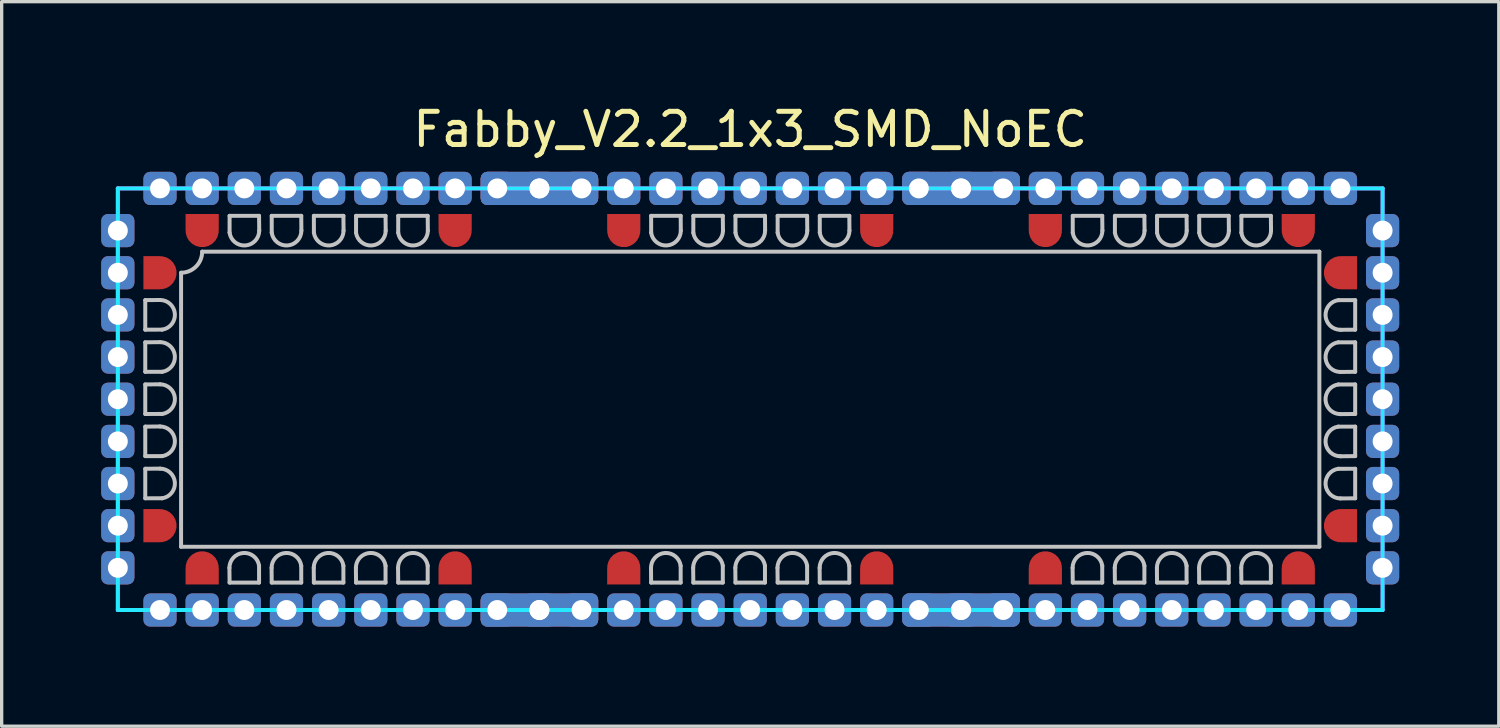
<source format=kicad_pcb>
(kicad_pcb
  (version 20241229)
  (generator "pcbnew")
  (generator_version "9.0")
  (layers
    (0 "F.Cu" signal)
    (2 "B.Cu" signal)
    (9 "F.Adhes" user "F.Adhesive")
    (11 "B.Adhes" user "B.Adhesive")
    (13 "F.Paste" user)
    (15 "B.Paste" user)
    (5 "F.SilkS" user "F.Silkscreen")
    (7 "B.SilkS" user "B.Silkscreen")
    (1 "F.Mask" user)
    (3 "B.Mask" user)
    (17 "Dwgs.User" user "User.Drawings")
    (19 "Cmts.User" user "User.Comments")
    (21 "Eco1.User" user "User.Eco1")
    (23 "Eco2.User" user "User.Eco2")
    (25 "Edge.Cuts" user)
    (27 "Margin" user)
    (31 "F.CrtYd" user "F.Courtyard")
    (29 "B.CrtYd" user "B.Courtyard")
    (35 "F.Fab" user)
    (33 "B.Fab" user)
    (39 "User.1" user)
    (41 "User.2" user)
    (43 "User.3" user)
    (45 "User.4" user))
  (footprint "Fabby_V2.2_1x3_SMD_NoEC"
    (layer "F.Cu")
    (at 19.55 8.976)
    (property "Reference" "Fabby_V2.2_1x3_SMD_NoEC" (at 0 -8.128 0) (layer "F.SilkS") (effects (font (size 1 1) (thickness 0.15))))
    (attr through_hole)
    (fp_line (start -18.224 -2.985) (end -18.224 -2.095) (stroke (width 0.12) (type solid)) (layer "Dwgs.User"))
    (fp_line (start -18.224 -2.095) (end -17.717 -2.096) (stroke (width 0.12) (type solid)) (layer "Dwgs.User"))
    (fp_line (start -18.224 -1.714) (end -18.224 -0.826) (stroke (width 0.12) (type solid)) (layer "Dwgs.User"))
    (fp_line (start -18.224 -0.826) (end -17.717 -0.826) (stroke (width 0.12) (type solid)) (layer "Dwgs.User"))
    (fp_line (start -18.224 -0.445) (end -18.224 0.445) (stroke (width 0.12) (type solid)) (layer "Dwgs.User"))
    (fp_line (start -18.224 0.445) (end -17.717 0.444) (stroke (width 0.12) (type solid)) (layer "Dwgs.User"))
    (fp_line (start -18.224 0.826) (end -18.224 1.714) (stroke (width 0.12) (type solid)) (layer "Dwgs.User"))
    (fp_line (start -18.224 1.714) (end -17.717 1.714) (stroke (width 0.12) (type solid)) (layer "Dwgs.User"))
    (fp_line (start -18.224 2.095) (end -18.224 2.985) (stroke (width 0.12) (type solid)) (layer "Dwgs.User"))
    (fp_line (start -18.224 2.985) (end -17.717 2.984) (stroke (width 0.12) (type solid)) (layer "Dwgs.User"))
    (fp_line (start -17.78 -2.989) (end -18.224 -2.985) (stroke (width 0.12) (type solid)) (layer "Dwgs.User"))
    (fp_line (start -17.78 -1.719) (end -18.224 -1.714) (stroke (width 0.12) (type solid)) (layer "Dwgs.User"))
    (fp_line (start -17.78 -0.449) (end -18.224 -0.445) (stroke (width 0.12) (type solid)) (layer "Dwgs.User"))
    (fp_line (start -17.78 0.821) (end -18.224 0.826) (stroke (width 0.12) (type solid)) (layer "Dwgs.User"))
    (fp_line (start -17.78 2.091) (end -18.224 2.095) (stroke (width 0.12) (type solid)) (layer "Dwgs.User"))
    (fp_line (start -17.145 4.445) (end -17.145 -3.81) (stroke (width 0.12) (type solid)) (layer "Dwgs.User"))
    (fp_line (start -16.51 -4.445) (end 17.145 -4.445) (stroke (width 0.12) (type solid)) (layer "Dwgs.User"))
    (fp_line (start -15.689 5.08) (end -15.684 5.524) (stroke (width 0.12) (type solid)) (layer "Dwgs.User"))
    (fp_line (start -15.684 -5.524) (end -15.684 -5.017) (stroke (width 0.12) (type solid)) (layer "Dwgs.User"))
    (fp_line (start -15.684 5.524) (end -14.796 5.524) (stroke (width 0.12) (type solid)) (layer "Dwgs.User"))
    (fp_line (start -14.796 -5.524) (end -15.684 -5.524) (stroke (width 0.12) (type solid)) (layer "Dwgs.User"))
    (fp_line (start -14.796 5.524) (end -14.796 5.017) (stroke (width 0.12) (type solid)) (layer "Dwgs.User"))
    (fp_line (start -14.791 -5.08) (end -14.796 -5.524) (stroke (width 0.12) (type solid)) (layer "Dwgs.User"))
    (fp_line (start -14.419 5.08) (end -14.415 5.524) (stroke (width 0.12) (type solid)) (layer "Dwgs.User"))
    (fp_line (start -14.415 -5.524) (end -14.414 -5.017) (stroke (width 0.12) (type solid)) (layer "Dwgs.User"))
    (fp_line (start -14.415 5.524) (end -13.525 5.524) (stroke (width 0.12) (type solid)) (layer "Dwgs.User"))
    (fp_line (start -13.525 -5.524) (end -14.415 -5.524) (stroke (width 0.12) (type solid)) (layer "Dwgs.User"))
    (fp_line (start -13.525 5.524) (end -13.526 5.017) (stroke (width 0.12) (type solid)) (layer "Dwgs.User"))
    (fp_line (start -13.521 -5.08) (end -13.525 -5.524) (stroke (width 0.12) (type solid)) (layer "Dwgs.User"))
    (fp_line (start -13.149 5.08) (end -13.145 5.524) (stroke (width 0.12) (type solid)) (layer "Dwgs.User"))
    (fp_line (start -13.145 -5.524) (end -13.144 -5.017) (stroke (width 0.12) (type solid)) (layer "Dwgs.User"))
    (fp_line (start -13.145 5.524) (end -12.255 5.524) (stroke (width 0.12) (type solid)) (layer "Dwgs.User"))
    (fp_line (start -12.255 -5.524) (end -13.145 -5.524) (stroke (width 0.12) (type solid)) (layer "Dwgs.User"))
    (fp_line (start -12.255 5.524) (end -12.256 5.017) (stroke (width 0.12) (type solid)) (layer "Dwgs.User"))
    (fp_line (start -12.251 -5.08) (end -12.255 -5.524) (stroke (width 0.12) (type solid)) (layer "Dwgs.User"))
    (fp_line (start -11.879 5.08) (end -11.874 5.524) (stroke (width 0.12) (type solid)) (layer "Dwgs.User"))
    (fp_line (start -11.874 -5.524) (end -11.874 -5.017) (stroke (width 0.12) (type solid)) (layer "Dwgs.User"))
    (fp_line (start -11.874 5.524) (end -10.986 5.524) (stroke (width 0.12) (type solid)) (layer "Dwgs.User"))
    (fp_line (start -10.986 -5.524) (end -11.874 -5.524) (stroke (width 0.12) (type solid)) (layer "Dwgs.User"))
    (fp_line (start -10.986 5.524) (end -10.986 5.017) (stroke (width 0.12) (type solid)) (layer "Dwgs.User"))
    (fp_line (start -10.981 -5.08) (end -10.986 -5.524) (stroke (width 0.12) (type solid)) (layer "Dwgs.User"))
    (fp_line (start -10.609 5.08) (end -10.604 5.524) (stroke (width 0.12) (type solid)) (layer "Dwgs.User"))
    (fp_line (start -10.604 -5.524) (end -10.604 -5.017) (stroke (width 0.12) (type solid)) (layer "Dwgs.User"))
    (fp_line (start -10.604 5.524) (end -9.716 5.524) (stroke (width 0.12) (type solid)) (layer "Dwgs.User"))
    (fp_line (start -9.716 -5.524) (end -10.604 -5.524) (stroke (width 0.12) (type solid)) (layer "Dwgs.User"))
    (fp_line (start -9.716 5.524) (end -9.716 5.017) (stroke (width 0.12) (type solid)) (layer "Dwgs.User"))
    (fp_line (start -9.711 -5.08) (end -9.716 -5.524) (stroke (width 0.12) (type solid)) (layer "Dwgs.User"))
    (fp_line (start -2.989 5.08) (end -2.985 5.524) (stroke (width 0.12) (type solid)) (layer "Dwgs.User"))
    (fp_line (start -2.985 -5.524) (end -2.984 -5.017) (stroke (width 0.12) (type solid)) (layer "Dwgs.User"))
    (fp_line (start -2.985 5.524) (end -2.095 5.524) (stroke (width 0.12) (type solid)) (layer "Dwgs.User"))
    (fp_line (start -2.095 -5.524) (end -2.985 -5.524) (stroke (width 0.12) (type solid)) (layer "Dwgs.User"))
    (fp_line (start -2.095 5.524) (end -2.096 5.017) (stroke (width 0.12) (type solid)) (layer "Dwgs.User"))
    (fp_line (start -2.091 -5.08) (end -2.095 -5.524) (stroke (width 0.12) (type solid)) (layer "Dwgs.User"))
    (fp_line (start -1.719 5.08) (end -1.714 5.524) (stroke (width 0.12) (type solid)) (layer "Dwgs.User"))
    (fp_line (start -1.714 -5.524) (end -1.714 -5.017) (stroke (width 0.12) (type solid)) (layer "Dwgs.User"))
    (fp_line (start -1.714 5.524) (end -0.826 5.524) (stroke (width 0.12) (type solid)) (layer "Dwgs.User"))
    (fp_line (start -0.826 -5.524) (end -1.714 -5.524) (stroke (width 0.12) (type solid)) (layer "Dwgs.User"))
    (fp_line (start -0.826 5.524) (end -0.826 5.017) (stroke (width 0.12) (type solid)) (layer "Dwgs.User"))
    (fp_line (start -0.821 -5.08) (end -0.826 -5.524) (stroke (width 0.12) (type solid)) (layer "Dwgs.User"))
    (fp_line (start -0.449 5.08) (end -0.445 5.524) (stroke (width 0.12) (type solid)) (layer "Dwgs.User"))
    (fp_line (start -0.445 -5.524) (end -0.444 -5.017) (stroke (width 0.12) (type solid)) (layer "Dwgs.User"))
    (fp_line (start -0.445 5.524) (end 0.445 5.524) (stroke (width 0.12) (type solid)) (layer "Dwgs.User"))
    (fp_line (start 0.445 -5.524) (end -0.445 -5.524) (stroke (width 0.12) (type solid)) (layer "Dwgs.User"))
    (fp_line (start 0.445 5.524) (end 0.444 5.017) (stroke (width 0.12) (type solid)) (layer "Dwgs.User"))
    (fp_line (start 0.449 -5.08) (end 0.445 -5.524) (stroke (width 0.12) (type solid)) (layer "Dwgs.User"))
    (fp_line (start 0.821 5.08) (end 0.826 5.524) (stroke (width 0.12) (type solid)) (layer "Dwgs.User"))
    (fp_line (start 0.826 -5.524) (end 0.826 -5.017) (stroke (width 0.12) (type solid)) (layer "Dwgs.User"))
    (fp_line (start 0.826 5.524) (end 1.714 5.524) (stroke (width 0.12) (type solid)) (layer "Dwgs.User"))
    (fp_line (start 1.714 -5.524) (end 0.826 -5.524) (stroke (width 0.12) (type solid)) (layer "Dwgs.User"))
    (fp_line (start 1.714 5.524) (end 1.714 5.017) (stroke (width 0.12) (type solid)) (layer "Dwgs.User"))
    (fp_line (start 1.719 -5.08) (end 1.714 -5.524) (stroke (width 0.12) (type solid)) (layer "Dwgs.User"))
    (fp_line (start 2.091 5.08) (end 2.095 5.524) (stroke (width 0.12) (type solid)) (layer "Dwgs.User"))
    (fp_line (start 2.095 -5.524) (end 2.096 -5.017) (stroke (width 0.12) (type solid)) (layer "Dwgs.User"))
    (fp_line (start 2.095 5.524) (end 2.985 5.524) (stroke (width 0.12) (type solid)) (layer "Dwgs.User"))
    (fp_line (start 2.985 -5.524) (end 2.095 -5.524) (stroke (width 0.12) (type solid)) (layer "Dwgs.User"))
    (fp_line (start 2.985 5.524) (end 2.984 5.017) (stroke (width 0.12) (type solid)) (layer "Dwgs.User"))
    (fp_line (start 2.989 -5.08) (end 2.985 -5.524) (stroke (width 0.12) (type solid)) (layer "Dwgs.User"))
    (fp_line (start 9.711 5.08) (end 9.716 5.524) (stroke (width 0.12) (type solid)) (layer "Dwgs.User"))
    (fp_line (start 9.716 -5.524) (end 9.716 -5.017) (stroke (width 0.12) (type solid)) (layer "Dwgs.User"))
    (fp_line (start 9.716 5.524) (end 10.604 5.524) (stroke (width 0.12) (type solid)) (layer "Dwgs.User"))
    (fp_line (start 10.604 -5.524) (end 9.716 -5.524) (stroke (width 0.12) (type solid)) (layer "Dwgs.User"))
    (fp_line (start 10.604 5.524) (end 10.604 5.017) (stroke (width 0.12) (type solid)) (layer "Dwgs.User"))
    (fp_line (start 10.609 -5.08) (end 10.604 -5.524) (stroke (width 0.12) (type solid)) (layer "Dwgs.User"))
    (fp_line (start 10.981 5.08) (end 10.986 5.524) (stroke (width 0.12) (type solid)) (layer "Dwgs.User"))
    (fp_line (start 10.986 -5.524) (end 10.986 -5.017) (stroke (width 0.12) (type solid)) (layer "Dwgs.User"))
    (fp_line (start 10.986 5.524) (end 11.874 5.524) (stroke (width 0.12) (type solid)) (layer "Dwgs.User"))
    (fp_line (start 11.874 -5.524) (end 10.986 -5.524) (stroke (width 0.12) (type solid)) (layer "Dwgs.User"))
    (fp_line (start 11.874 5.524) (end 11.874 5.017) (stroke (width 0.12) (type solid)) (layer "Dwgs.User"))
    (fp_line (start 11.879 -5.08) (end 11.874 -5.524) (stroke (width 0.12) (type solid)) (layer "Dwgs.User"))
    (fp_line (start 12.251 5.08) (end 12.255 5.524) (stroke (width 0.12) (type solid)) (layer "Dwgs.User"))
    (fp_line (start 12.255 -5.524) (end 12.256 -5.017) (stroke (width 0.12) (type solid)) (layer "Dwgs.User"))
    (fp_line (start 12.255 5.524) (end 13.145 5.524) (stroke (width 0.12) (type solid)) (layer "Dwgs.User"))
    (fp_line (start 13.145 -5.524) (end 12.255 -5.524) (stroke (width 0.12) (type solid)) (layer "Dwgs.User"))
    (fp_line (start 13.145 5.524) (end 13.144 5.017) (stroke (width 0.12) (type solid)) (layer "Dwgs.User"))
    (fp_line (start 13.149 -5.08) (end 13.145 -5.524) (stroke (width 0.12) (type solid)) (layer "Dwgs.User"))
    (fp_line (start 13.521 5.08) (end 13.525 5.524) (stroke (width 0.12) (type solid)) (layer "Dwgs.User"))
    (fp_line (start 13.525 -5.524) (end 13.526 -5.017) (stroke (width 0.12) (type solid)) (layer "Dwgs.User"))
    (fp_line (start 13.525 5.524) (end 14.415 5.524) (stroke (width 0.12) (type solid)) (layer "Dwgs.User"))
    (fp_line (start 14.415 -5.524) (end 13.525 -5.524) (stroke (width 0.12) (type solid)) (layer "Dwgs.User"))
    (fp_line (start 14.415 5.524) (end 14.414 5.017) (stroke (width 0.12) (type solid)) (layer "Dwgs.User"))
    (fp_line (start 14.419 -5.08) (end 14.415 -5.524) (stroke (width 0.12) (type solid)) (layer "Dwgs.User"))
    (fp_line (start 14.791 5.08) (end 14.796 5.524) (stroke (width 0.12) (type solid)) (layer "Dwgs.User"))
    (fp_line (start 14.796 -5.524) (end 14.796 -5.017) (stroke (width 0.12) (type solid)) (layer "Dwgs.User"))
    (fp_line (start 14.796 5.524) (end 15.684 5.524) (stroke (width 0.12) (type solid)) (layer "Dwgs.User"))
    (fp_line (start 15.684 -5.524) (end 14.796 -5.524) (stroke (width 0.12) (type solid)) (layer "Dwgs.User"))
    (fp_line (start 15.684 5.524) (end 15.684 5.017) (stroke (width 0.12) (type solid)) (layer "Dwgs.User"))
    (fp_line (start 15.689 -5.08) (end 15.684 -5.524) (stroke (width 0.12) (type solid)) (layer "Dwgs.User"))
    (fp_line (start 17.145 -4.445) (end 17.145 4.445) (stroke (width 0.12) (type solid)) (layer "Dwgs.User"))
    (fp_line (start 17.145 4.445) (end -17.145 4.445) (stroke (width 0.12) (type solid)) (layer "Dwgs.User"))
    (fp_line (start 17.78 -2.091) (end 18.224 -2.095) (stroke (width 0.12) (type solid)) (layer "Dwgs.User"))
    (fp_line (start 17.78 -0.821) (end 18.224 -0.826) (stroke (width 0.12) (type solid)) (layer "Dwgs.User"))
    (fp_line (start 17.78 0.449) (end 18.224 0.445) (stroke (width 0.12) (type solid)) (layer "Dwgs.User"))
    (fp_line (start 17.78 1.719) (end 18.224 1.714) (stroke (width 0.12) (type solid)) (layer "Dwgs.User"))
    (fp_line (start 17.78 2.989) (end 18.224 2.985) (stroke (width 0.12) (type solid)) (layer "Dwgs.User"))
    (fp_line (start 18.224 -2.985) (end 17.717 -2.984) (stroke (width 0.12) (type solid)) (layer "Dwgs.User"))
    (fp_line (start 18.224 -2.095) (end 18.224 -2.985) (stroke (width 0.12) (type solid)) (layer "Dwgs.User"))
    (fp_line (start 18.224 -1.714) (end 17.717 -1.714) (stroke (width 0.12) (type solid)) (layer "Dwgs.User"))
    (fp_line (start 18.224 -0.826) (end 18.224 -1.714) (stroke (width 0.12) (type solid)) (layer "Dwgs.User"))
    (fp_line (start 18.224 -0.445) (end 17.717 -0.444) (stroke (width 0.12) (type solid)) (layer "Dwgs.User"))
    (fp_line (start 18.224 0.445) (end 18.224 -0.445) (stroke (width 0.12) (type solid)) (layer "Dwgs.User"))
    (fp_line (start 18.224 0.826) (end 17.717 0.826) (stroke (width 0.12) (type solid)) (layer "Dwgs.User"))
    (fp_line (start 18.224 1.714) (end 18.224 0.826) (stroke (width 0.12) (type solid)) (layer "Dwgs.User"))
    (fp_line (start 18.224 2.095) (end 17.717 2.096) (stroke (width 0.12) (type solid)) (layer "Dwgs.User"))
    (fp_line (start 18.224 2.985) (end 18.224 2.095) (stroke (width 0.12) (type solid)) (layer "Dwgs.User"))
    (fp_arc (start -17.779999 -2.989012) (mid -17.332118 -2.571829) (end -17.716501 -2.095501) (stroke (width 0.12) (type solid)) (layer "Dwgs.User"))
    (fp_arc (start -17.779999 -1.719012) (mid -17.332118 -1.301829) (end -17.716501 -0.825501) (stroke (width 0.12) (type solid)) (layer "Dwgs.User"))
    (fp_arc (start -17.779999 -0.449012) (mid -17.332118 -0.031829) (end -17.716501 0.444499) (stroke (width 0.12) (type solid)) (layer "Dwgs.User"))
    (fp_arc (start -17.779999 0.820988) (mid -17.332118 1.238171) (end -17.716501 1.714499) (stroke (width 0.12) (type solid)) (layer "Dwgs.User"))
    (fp_arc (start -17.779999 2.090988) (mid -17.332118 2.508171) (end -17.716501 2.984499) (stroke (width 0.12) (type solid)) (layer "Dwgs.User"))
    (fp_arc (start -16.51 -4.445) (mid -16.695987 -3.995987) (end -17.145 -3.81) (stroke (width 0.12) (type solid)) (layer "Dwgs.User"))
    (fp_arc (start -15.689012 5.079999) (mid -15.271829 4.632118) (end -14.795501 5.016501) (stroke (width 0.12) (type solid)) (layer "Dwgs.User"))
    (fp_arc (start -14.790988 -5.079999) (mid -15.208171 -4.632118) (end -15.684499 -5.016501) (stroke (width 0.12) (type solid)) (layer "Dwgs.User"))
    (fp_arc (start -14.419012 5.079999) (mid -14.001829 4.632118) (end -13.525501 5.016501) (stroke (width 0.12) (type solid)) (layer "Dwgs.User"))
    (fp_arc (start -13.520988 -5.079999) (mid -13.938171 -4.632118) (end -14.414499 -5.016501) (stroke (width 0.12) (type solid)) (layer "Dwgs.User"))
    (fp_arc (start -13.149012 5.079999) (mid -12.731829 4.632118) (end -12.255501 5.016501) (stroke (width 0.12) (type solid)) (layer "Dwgs.User"))
    (fp_arc (start -12.250988 -5.079999) (mid -12.668171 -4.632118) (end -13.144499 -5.016501) (stroke (width 0.12) (type solid)) (layer "Dwgs.User"))
    (fp_arc (start -11.879012 5.079999) (mid -11.461829 4.632118) (end -10.985501 5.016501) (stroke (width 0.12) (type solid)) (layer "Dwgs.User"))
    (fp_arc (start -10.980988 -5.079999) (mid -11.398171 -4.632118) (end -11.874499 -5.016501) (stroke (width 0.12) (type solid)) (layer "Dwgs.User"))
    (fp_arc (start -10.609012 5.079999) (mid -10.191829 4.632118) (end -9.715501 5.016501) (stroke (width 0.12) (type solid)) (layer "Dwgs.User"))
    (fp_arc (start -9.710988 -5.079999) (mid -10.128171 -4.632118) (end -10.604499 -5.016501) (stroke (width 0.12) (type solid)) (layer "Dwgs.User"))
    (fp_arc (start -2.989012 5.079999) (mid -2.571829 4.632118) (end -2.095501 5.016501) (stroke (width 0.12) (type solid)) (layer "Dwgs.User"))
    (fp_arc (start -2.090988 -5.079999) (mid -2.508171 -4.632118) (end -2.984499 -5.016501) (stroke (width 0.12) (type solid)) (layer "Dwgs.User"))
    (fp_arc (start -1.719012 5.079999) (mid -1.301829 4.632118) (end -0.825501 5.016501) (stroke (width 0.12) (type solid)) (layer "Dwgs.User"))
    (fp_arc (start -0.820988 -5.079999) (mid -1.238171 -4.632118) (end -1.714499 -5.016501) (stroke (width 0.12) (type solid)) (layer "Dwgs.User"))
    (fp_arc (start -0.449012 5.079999) (mid -0.031829 4.632118) (end 0.444499 5.016501) (stroke (width 0.12) (type solid)) (layer "Dwgs.User"))
    (fp_arc (start 0.449012 -5.079999) (mid 0.031829 -4.632118) (end -0.444499 -5.016501) (stroke (width 0.12) (type solid)) (layer "Dwgs.User"))
    (fp_arc (start 0.820988 5.079999) (mid 1.238171 4.632118) (end 1.714499 5.016501) (stroke (width 0.12) (type solid)) (layer "Dwgs.User"))
    (fp_arc (start 1.719012 -5.079999) (mid 1.301829 -4.632118) (end 0.825501 -5.016501) (stroke (width 0.12) (type solid)) (layer "Dwgs.User"))
    (fp_arc (start 2.090988 5.079999) (mid 2.508171 4.632118) (end 2.984499 5.016501) (stroke (width 0.12) (type solid)) (layer "Dwgs.User"))
    (fp_arc (start 2.989012 -5.079999) (mid 2.571829 -4.632118) (end 2.095501 -5.016501) (stroke (width 0.12) (type solid)) (layer "Dwgs.User"))
    (fp_arc (start 9.710988 5.079999) (mid 10.128171 4.632118) (end 10.604499 5.016501) (stroke (width 0.12) (type solid)) (layer "Dwgs.User"))
    (fp_arc (start 10.609012 -5.079999) (mid 10.191829 -4.632118) (end 9.715501 -5.016501) (stroke (width 0.12) (type solid)) (layer "Dwgs.User"))
    (fp_arc (start 10.980988 5.079999) (mid 11.398171 4.632118) (end 11.874499 5.016501) (stroke (width 0.12) (type solid)) (layer "Dwgs.User"))
    (fp_arc (start 11.879012 -5.079999) (mid 11.461829 -4.632118) (end 10.985501 -5.016501) (stroke (width 0.12) (type solid)) (layer "Dwgs.User"))
    (fp_arc (start 12.250988 5.079999) (mid 12.668171 4.632118) (end 13.144499 5.016501) (stroke (width 0.12) (type solid)) (layer "Dwgs.User"))
    (fp_arc (start 13.149012 -5.079999) (mid 12.731829 -4.632118) (end 12.255501 -5.016501) (stroke (width 0.12) (type solid)) (layer "Dwgs.User"))
    (fp_arc (start 13.520988 5.079999) (mid 13.938171 4.632118) (end 14.414499 5.016501) (stroke (width 0.12) (type solid)) (layer "Dwgs.User"))
    (fp_arc (start 14.419012 -5.079999) (mid 14.001829 -4.632118) (end 13.525501 -5.016501) (stroke (width 0.12) (type solid)) (layer "Dwgs.User"))
    (fp_arc (start 14.790988 5.079999) (mid 15.208171 4.632118) (end 15.684499 5.016501) (stroke (width 0.12) (type solid)) (layer "Dwgs.User"))
    (fp_arc (start 15.689012 -5.079999) (mid 15.271829 -4.632118) (end 14.795501 -5.016501) (stroke (width 0.12) (type solid)) (layer "Dwgs.User"))
    (fp_arc (start 17.779999 -2.090988) (mid 17.332118 -2.508171) (end 17.716501 -2.984499) (stroke (width 0.12) (type solid)) (layer "Dwgs.User"))
    (fp_arc (start 17.779999 -0.820988) (mid 17.332118 -1.238171) (end 17.716501 -1.714499) (stroke (width 0.12) (type solid)) (layer "Dwgs.User"))
    (fp_arc (start 17.779999 0.449012) (mid 17.332118 0.031829) (end 17.716501 -0.444499) (stroke (width 0.12) (type solid)) (layer "Dwgs.User"))
    (fp_arc (start 17.779999 1.719012) (mid 17.332118 1.301829) (end 17.716501 0.825501) (stroke (width 0.12) (type solid)) (layer "Dwgs.User"))
    (fp_arc (start 17.779999 2.989012) (mid 17.332118 2.571829) (end 17.716501 2.095501) (stroke (width 0.12) (type solid)) (layer "Dwgs.User"))
    (fp_line (start -19.05 -6.35) (end 19.05 -6.35) (stroke (width 0.12) (type solid)) (layer "B.CrtYd"))
    (fp_line (start -19.05 6.35) (end -19.05 -6.35) (stroke (width 0.12) (type solid)) (layer "B.CrtYd"))
    (fp_line (start 19.05 -6.35) (end 19.05 6.35) (stroke (width 0.12) (type solid)) (layer "B.CrtYd"))
    (fp_line (start 19.05 6.35) (end -19.05 6.35) (stroke (width 0.12) (type solid)) (layer "B.CrtYd"))
    (fp_line (start -19.05 -6.35) (end 19.05 -6.35) (stroke (width 0.12) (type solid)) (layer "F.CrtYd"))
    (fp_line (start -19.05 6.35) (end -19.05 -6.35) (stroke (width 0.12) (type solid)) (layer "F.CrtYd"))
    (fp_line (start 19.05 -6.35) (end 19.05 6.35) (stroke (width 0.12) (type solid)) (layer "F.CrtYd"))
    (fp_line (start 19.05 6.35) (end -19.05 6.35) (stroke (width 0.12) (type solid)) (layer "F.CrtYd"))
    (pad "" thru_hole roundrect (at -19.05 -3.81 270) (size 1 1) (drill 0.6) (layers "*.Cu" "*.Mask") (roundrect_rratio 0.2))
    (pad "" thru_hole roundrect (at -19.05 3.81 270) (size 1 1) (drill 0.6) (layers "*.Cu" "*.Mask") (roundrect_rratio 0.2))
    (pad "" thru_hole roundrect (at -16.51 -6.35 270) (size 1 1) (drill 0.6) (layers "*.Cu" "*.Mask") (roundrect_rratio 0.2))
    (pad "" thru_hole roundrect (at -16.51 6.35 270) (size 1 1) (drill 0.6) (layers "*.Cu" "*.Mask") (roundrect_rratio 0.2))
    (pad "" thru_hole roundrect (at -8.89 -6.35 270) (size 1 1) (drill 0.6) (layers "*.Cu" "*.Mask") (roundrect_rratio 0.2))
    (pad "" thru_hole roundrect (at -8.89 6.35 270) (size 1 1) (drill 0.6) (layers "*.Cu" "*.Mask") (roundrect_rratio 0.2))
    (pad "" thru_hole roundrect (at -3.81 -6.35 270) (size 1 1) (drill 0.6) (layers "*.Cu" "*.Mask") (roundrect_rratio 0.2))
    (pad "" thru_hole roundrect (at -3.81 6.35 270) (size 1 1) (drill 0.6) (layers "*.Cu" "*.Mask") (roundrect_rratio 0.2))
    (pad "" thru_hole roundrect (at 3.81 -6.35 270) (size 1 1) (drill 0.6) (layers "*.Cu" "*.Mask") (roundrect_rratio 0.2))
    (pad "" thru_hole roundrect (at 3.81 6.35 270) (size 1 1) (drill 0.6) (layers "*.Cu" "*.Mask") (roundrect_rratio 0.2))
    (pad "" thru_hole roundrect (at 8.89 -6.35 270) (size 1 1) (drill 0.6) (layers "*.Cu" "*.Mask") (roundrect_rratio 0.2))
    (pad "" thru_hole roundrect (at 8.89 6.35 270) (size 1 1) (drill 0.6) (layers "*.Cu" "*.Mask") (roundrect_rratio 0.2))
    (pad "" thru_hole roundrect (at 16.51 -6.35 270) (size 1 1) (drill 0.6) (layers "*.Cu" "*.Mask") (roundrect_rratio 0.2))
    (pad "" thru_hole roundrect (at 16.51 6.35 270) (size 1 1) (drill 0.6) (layers "*.Cu" "*.Mask") (roundrect_rratio 0.2))
    (pad "" thru_hole roundrect (at 19.05 -3.81 270) (size 1 1) (drill 0.6) (layers "*.Cu" "*.Mask") (roundrect_rratio 0.2))
    (pad "" thru_hole roundrect (at 19.05 3.81 270) (size 1 1) (drill 0.6) (layers "*.Cu" "*.Mask") (roundrect_rratio 0.2))
    (pad "1" thru_hole roundrect (at -19.05 -5.08 270) (size 1 1) (drill 0.6) (layers "*.Cu" "*.Mask") (roundrect_rratio 0.2))
    (pad "1" thru_hole roundrect (at -19.05 5.08 270) (size 1 1) (drill 0.6) (layers "*.Cu" "*.Mask") (roundrect_rratio 0.2))
    (pad "1" thru_hole roundrect (at -17.78 -6.35 180) (size 1 1) (drill 0.6) (layers "*.Cu" "*.Mask") (roundrect_rratio 0.2))
    (pad "1" thru_hole roundrect (at -17.78 6.35) (size 1 1) (drill 0.6) (layers "*.Cu" "*.Mask") (roundrect_rratio 0.2))
    (pad "1" thru_hole roundrect (at -7.62 -6.35) (size 1 1) (drill 0.6) (layers "*.Cu" "*.Mask") (roundrect_rratio 0.2))
    (pad "1" thru_hole roundrect (at -7.62 6.35) (size 1 1) (drill 0.6) (layers "*.Cu" "*.Mask") (roundrect_rratio 0.2))
    (pad "1" thru_hole roundrect (at -6.35 -6.35 90) (size 1 2.254) (drill 0.6 (offset 0 -0.643)) (layers "*.Cu" "*.Mask") (roundrect_rratio 0.2))
    (pad "1" thru_hole roundrect (at -6.35 -6.35 270) (size 1 2.254) (drill 0.6 (offset 0 -0.643)) (layers "*.Cu" "*.Mask") (roundrect_rratio 0.2))
    (pad "1" thru_hole roundrect (at -6.35 6.35 270) (size 1 2.254) (drill 0.6 (offset 0 -0.643)) (layers "*.Cu" "*.Mask") (roundrect_rratio 0.2))
    (pad "1" thru_hole roundrect (at -6.35 6.35 90) (size 1 2.254) (drill 0.6 (offset 0 -0.643)) (layers "*.Cu" "*.Mask") (roundrect_rratio 0.2))
    (pad "1" thru_hole roundrect (at -5.08 -6.35) (size 1 1) (drill 0.6) (layers "*.Cu" "*.Mask") (roundrect_rratio 0.2))
    (pad "1" thru_hole roundrect (at -5.08 6.35) (size 1 1) (drill 0.6) (layers "*.Cu" "*.Mask") (roundrect_rratio 0.2))
    (pad "1" thru_hole roundrect (at 5.08 -6.35) (size 1 1) (drill 0.6) (layers "*.Cu" "*.Mask") (roundrect_rratio 0.2))
    (pad "1" thru_hole roundrect (at 5.08 6.35) (size 1 1) (drill 0.6) (layers "*.Cu" "*.Mask") (roundrect_rratio 0.2))
    (pad "1" thru_hole roundrect (at 6.35 -6.35 270) (size 1 2.254) (drill 0.6 (offset 0 -0.643)) (layers "*.Cu" "*.Mask") (roundrect_rratio 0.2))
    (pad "1" thru_hole roundrect (at 6.35 -6.35 90) (size 1 2.254) (drill 0.6 (offset 0 -0.643)) (layers "*.Cu" "*.Mask") (roundrect_rratio 0.2))
    (pad "1" thru_hole roundrect (at 6.35 6.35 270) (size 1 2.254) (drill 0.6 (offset 0 -0.643)) (layers "*.Cu" "*.Mask") (roundrect_rratio 0.2))
    (pad "1" thru_hole roundrect (at 6.35 6.35 90) (size 1 2.254) (drill 0.6 (offset 0 -0.643)) (layers "*.Cu" "*.Mask") (roundrect_rratio 0.2))
    (pad "1" thru_hole roundrect (at 7.62 -6.35) (size 1 1) (drill 0.6) (layers "*.Cu" "*.Mask") (roundrect_rratio 0.2))
    (pad "1" thru_hole roundrect (at 7.62 6.35) (size 1 1) (drill 0.6) (layers "*.Cu" "*.Mask") (roundrect_rratio 0.2))
    (pad "1" thru_hole roundrect (at 17.78 -6.35 180) (size 1 1) (drill 0.6) (layers "*.Cu" "*.Mask") (roundrect_rratio 0.2))
    (pad "1" thru_hole roundrect (at 17.78 6.35) (size 1 1) (drill 0.6) (layers "*.Cu" "*.Mask") (roundrect_rratio 0.2))
    (pad "1" thru_hole roundrect (at 19.05 -5.08 90) (size 1 1) (drill 0.6) (layers "*.Cu" "*.Mask") (roundrect_rratio 0.2))
    (pad "1" thru_hole roundrect (at 19.05 5.08 90) (size 1 1) (drill 0.6) (layers "*.Cu" "*.Mask") (roundrect_rratio 0.2))
    (pad "2" smd custom (at -17.78 -3.81) (size 1 1) (layers "F.Cu" "F.Mask" "F.Paste") (options (anchor circle)) (primitives (gr_poly (pts (xy -0.5 -0.5) (xy 0 -0.5) (xy 0 0.5) (xy -0.5 0.5)) (width 0) (fill yes))))
    (pad "3" thru_hole roundrect (at -19.05 -2.54 270) (size 1 1) (drill 0.6) (layers "*.Cu" "*.Mask") (roundrect_rratio 0.2))
    (pad "4" thru_hole roundrect (at -19.05 -1.27 270) (size 1 1) (drill 0.6) (layers "*.Cu" "*.Mask") (roundrect_rratio 0.2))
    (pad "5" thru_hole roundrect (at -19.05 0 270) (size 1 1) (drill 0.6) (layers "*.Cu" "*.Mask") (roundrect_rratio 0.2))
    (pad "6" thru_hole roundrect (at -19.05 1.27 270) (size 1 1) (drill 0.6) (layers "*.Cu" "*.Mask") (roundrect_rratio 0.2))
    (pad "7" thru_hole roundrect (at -19.05 2.54 270) (size 1 1) (drill 0.6) (layers "*.Cu" "*.Mask") (roundrect_rratio 0.2))
    (pad "8" smd custom (at -17.78 3.81) (size 1 1) (layers "F.Cu" "F.Mask" "F.Paste") (options (anchor circle)) (primitives (gr_poly (pts (xy -0.5 -0.5) (xy 0 -0.5) (xy 0 0.5) (xy -0.5 0.5)) (width 0) (fill yes))))
    (pad "9" smd custom (at -16.51 5.08 90) (size 1 1) (layers "F.Cu" "F.Mask" "F.Paste") (options (anchor circle)) (primitives (gr_poly (pts (xy -0.5 -0.5) (xy 0 -0.5) (xy 0 0.5) (xy -0.5 0.5)) (width 0) (fill yes))))
    (pad "10" thru_hole roundrect (at -15.24 6.35 270) (size 1 1) (drill 0.6) (layers "*.Cu" "*.Mask") (roundrect_rratio 0.2))
    (pad "11" thru_hole roundrect (at -13.97 6.35 270) (size 1 1) (drill 0.6) (layers "*.Cu" "*.Mask") (roundrect_rratio 0.2))
    (pad "12" thru_hole roundrect (at -12.7 6.35 270) (size 1 1) (drill 0.6) (layers "*.Cu" "*.Mask") (roundrect_rratio 0.2))
    (pad "13" thru_hole roundrect (at -11.43 6.35 270) (size 1 1) (drill 0.6) (layers "*.Cu" "*.Mask") (roundrect_rratio 0.2))
    (pad "14" thru_hole roundrect (at -10.16 6.35 270) (size 1 1) (drill 0.6) (layers "*.Cu" "*.Mask") (roundrect_rratio 0.2))
    (pad "15" smd custom (at -8.89 5.08 90) (size 1 1) (layers "F.Cu" "F.Mask" "F.Paste") (options (anchor circle)) (primitives (gr_poly (pts (xy -0.5 -0.5) (xy 0 -0.5) (xy 0 0.5) (xy -0.5 0.5)) (width 0) (fill yes))))
    (pad "16" smd custom (at -3.81 5.08 90) (size 1 1) (layers "F.Cu" "F.Mask" "F.Paste") (options (anchor circle)) (primitives (gr_poly (pts (xy -0.5 -0.5) (xy 0 -0.5) (xy 0 0.5) (xy -0.5 0.5)) (width 0) (fill yes))))
    (pad "17" thru_hole roundrect (at -2.54 6.35 270) (size 1 1) (drill 0.6) (layers "*.Cu" "*.Mask") (roundrect_rratio 0.2))
    (pad "18" thru_hole roundrect (at -1.27 6.35 270) (size 1 1) (drill 0.6) (layers "*.Cu" "*.Mask") (roundrect_rratio 0.2))
    (pad "19" thru_hole roundrect (at 0 6.35 270) (size 1 1) (drill 0.6) (layers "*.Cu" "*.Mask") (roundrect_rratio 0.2))
    (pad "20" thru_hole roundrect (at 1.27 6.35 270) (size 1 1) (drill 0.6) (layers "*.Cu" "*.Mask") (roundrect_rratio 0.2))
    (pad "21" thru_hole roundrect (at 2.54 6.35 270) (size 1 1) (drill 0.6) (layers "*.Cu" "*.Mask") (roundrect_rratio 0.2))
    (pad "22" smd custom (at 3.81 5.08 90) (size 1 1) (layers "F.Cu" "F.Mask" "F.Paste") (options (anchor circle)) (primitives (gr_poly (pts (xy -0.5 -0.5) (xy 0 -0.5) (xy 0 0.5) (xy -0.5 0.5)) (width 0) (fill yes))))
    (pad "23" smd custom (at 8.89 5.08 90) (size 1 1) (layers "F.Cu" "F.Mask" "F.Paste") (options (anchor circle)) (primitives (gr_poly (pts (xy -0.5 -0.5) (xy 0 -0.5) (xy 0 0.5) (xy -0.5 0.5)) (width 0) (fill yes))))
    (pad "24" thru_hole roundrect (at 10.16 6.35 270) (size 1 1) (drill 0.6) (layers "*.Cu" "*.Mask") (roundrect_rratio 0.2))
    (pad "25" thru_hole roundrect (at 11.43 6.35 270) (size 1 1) (drill 0.6) (layers "*.Cu" "*.Mask") (roundrect_rratio 0.2))
    (pad "26" thru_hole roundrect (at 12.7 6.35 270) (size 1 1) (drill 0.6) (layers "*.Cu" "*.Mask") (roundrect_rratio 0.2))
    (pad "27" thru_hole roundrect (at 13.97 6.35 270) (size 1 1) (drill 0.6) (layers "*.Cu" "*.Mask") (roundrect_rratio 0.2))
    (pad "28" thru_hole roundrect (at 15.24 6.35 270) (size 1 1) (drill 0.6) (layers "*.Cu" "*.Mask") (roundrect_rratio 0.2))
    (pad "29" smd custom (at 16.51 5.08 90) (size 1 1) (layers "F.Cu" "F.Mask" "F.Paste") (options (anchor circle)) (primitives (gr_poly (pts (xy -0.5 -0.5) (xy 0 -0.5) (xy 0 0.5) (xy -0.5 0.5)) (width 0) (fill yes))))
    (pad "30" smd custom (at 17.78 3.81 180) (size 1 1) (layers "F.Cu" "F.Mask" "F.Paste") (options (anchor circle)) (primitives (gr_poly (pts (xy -0.5 -0.5) (xy 0 -0.5) (xy 0 0.5) (xy -0.5 0.5)) (width 0) (fill yes))))
    (pad "31" thru_hole roundrect (at 19.05 2.54 90) (size 1 1) (drill 0.6) (layers "*.Cu" "*.Mask") (roundrect_rratio 0.2))
    (pad "32" thru_hole roundrect (at 19.05 1.27 90) (size 1 1) (drill 0.6) (layers "*.Cu" "*.Mask") (roundrect_rratio 0.2))
    (pad "33" thru_hole roundrect (at 19.05 0 90) (size 1 1) (drill 0.6) (layers "*.Cu" "*.Mask") (roundrect_rratio 0.2))
    (pad "34" thru_hole roundrect (at 19.05 -1.27 90) (size 1 1) (drill 0.6) (layers "*.Cu" "*.Mask") (roundrect_rratio 0.2))
    (pad "35" thru_hole roundrect (at 19.05 -2.54 90) (size 1 1) (drill 0.6) (layers "*.Cu" "*.Mask") (roundrect_rratio 0.2))
    (pad "36" smd custom (at 17.78 -3.81 180) (size 1 1) (layers "F.Cu" "F.Mask" "F.Paste") (options (anchor circle)) (primitives (gr_poly (pts (xy -0.5 -0.5) (xy 0 -0.5) (xy 0 0.5) (xy -0.5 0.5)) (width 0) (fill yes))))
    (pad "37" smd custom (at 16.51 -5.08 270) (size 1 1) (layers "F.Cu" "F.Mask" "F.Paste") (options (anchor circle)) (primitives (gr_poly (pts (xy -0.5 -0.5) (xy 0 -0.5) (xy 0 0.5) (xy -0.5 0.5)) (width 0) (fill yes))))
    (pad "38" thru_hole roundrect (at 15.24 -6.35 90) (size 1 1) (drill 0.6) (layers "*.Cu" "*.Mask") (roundrect_rratio 0.2))
    (pad "39" thru_hole roundrect (at 13.97 -6.35 90) (size 1 1) (drill 0.6) (layers "*.Cu" "*.Mask") (roundrect_rratio 0.2))
    (pad "40" thru_hole roundrect (at 12.7 -6.35 90) (size 1 1) (drill 0.6) (layers "*.Cu" "*.Mask") (roundrect_rratio 0.2))
    (pad "41" thru_hole roundrect (at 11.43 -6.35 90) (size 1 1) (drill 0.6) (layers "*.Cu" "*.Mask") (roundrect_rratio 0.2))
    (pad "42" thru_hole roundrect (at 10.16 -6.35 90) (size 1 1) (drill 0.6) (layers "*.Cu" "*.Mask") (roundrect_rratio 0.2))
    (pad "43" smd custom (at 8.89 -5.08 270) (size 1 1) (layers "F.Cu" "F.Mask" "F.Paste") (options (anchor circle)) (primitives (gr_poly (pts (xy -0.5 -0.5) (xy 0 -0.5) (xy 0 0.5) (xy -0.5 0.5)) (width 0) (fill yes))))
    (pad "44" smd custom (at 3.81 -5.08 270) (size 1 1) (layers "F.Cu" "F.Mask" "F.Paste") (options (anchor circle)) (primitives (gr_poly (pts (xy -0.5 -0.5) (xy 0 -0.5) (xy 0 0.5) (xy -0.5 0.5)) (width 0) (fill yes))))
    (pad "45" thru_hole roundrect (at 2.54 -6.35 270) (size 1 1) (drill 0.6) (layers "*.Cu" "*.Mask") (roundrect_rratio 0.2))
    (pad "46" thru_hole roundrect (at 1.27 -6.35 270) (size 1 1) (drill 0.6) (layers "*.Cu" "*.Mask") (roundrect_rratio 0.2))
    (pad "47" thru_hole roundrect (at 0 -6.35 270) (size 1 1) (drill 0.6) (layers "*.Cu" "*.Mask") (roundrect_rratio 0.2))
    (pad "48" thru_hole roundrect (at -1.27 -6.35 270) (size 1 1) (drill 0.6) (layers "*.Cu" "*.Mask") (roundrect_rratio 0.2))
    (pad "49" thru_hole roundrect (at -2.54 -6.35 270) (size 1 1) (drill 0.6) (layers "*.Cu" "*.Mask") (roundrect_rratio 0.2))
    (pad "50" smd custom (at -3.81 -5.08 270) (size 1 1) (layers "F.Cu" "F.Mask" "F.Paste") (options (anchor circle)) (primitives (gr_poly (pts (xy -0.5 -0.5) (xy 0 -0.5) (xy 0 0.5) (xy -0.5 0.5)) (width 0) (fill yes))))
    (pad "51" smd custom (at -8.89 -5.08 270) (size 1 1) (layers "F.Cu" "F.Mask" "F.Paste") (options (anchor circle)) (primitives (gr_poly (pts (xy -0.5 -0.5) (xy 0 -0.5) (xy 0 0.5) (xy -0.5 0.5)) (width 0) (fill yes))))
    (pad "52" thru_hole roundrect (at -10.16 -6.35 270) (size 1 1) (drill 0.6) (layers "*.Cu" "*.Mask") (roundrect_rratio 0.2))
    (pad "53" thru_hole roundrect (at -11.43 -6.35 270) (size 1 1) (drill 0.6) (layers "*.Cu" "*.Mask") (roundrect_rratio 0.2))
    (pad "54" thru_hole roundrect (at -12.7 -6.35 270) (size 1 1) (drill 0.6) (layers "*.Cu" "*.Mask") (roundrect_rratio 0.2))
    (pad "55" thru_hole roundrect (at -13.97 -6.35 270) (size 1 1) (drill 0.6) (layers "*.Cu" "*.Mask") (roundrect_rratio 0.2))
    (pad "56" thru_hole roundrect (at -15.24 -6.35 270) (size 1 1) (drill 0.6) (layers "*.Cu" "*.Mask") (roundrect_rratio 0.2))
    (pad "57" smd custom (at -16.51 -5.08 270) (size 1 1) (layers "F.Cu" "F.Mask" "F.Paste") (options (anchor circle)) (primitives (gr_poly (pts (xy -0.5 -0.5) (xy 0 -0.5) (xy 0 0.5) (xy -0.5 0.5)) (width 0) (fill yes)))))
  (gr_rect
    (start -3 -3)
    (end 42.1 18.826)
    (stroke (width 0.1) (type default))
    (fill no)
    (layer "Edge.Cuts")))
</source>
